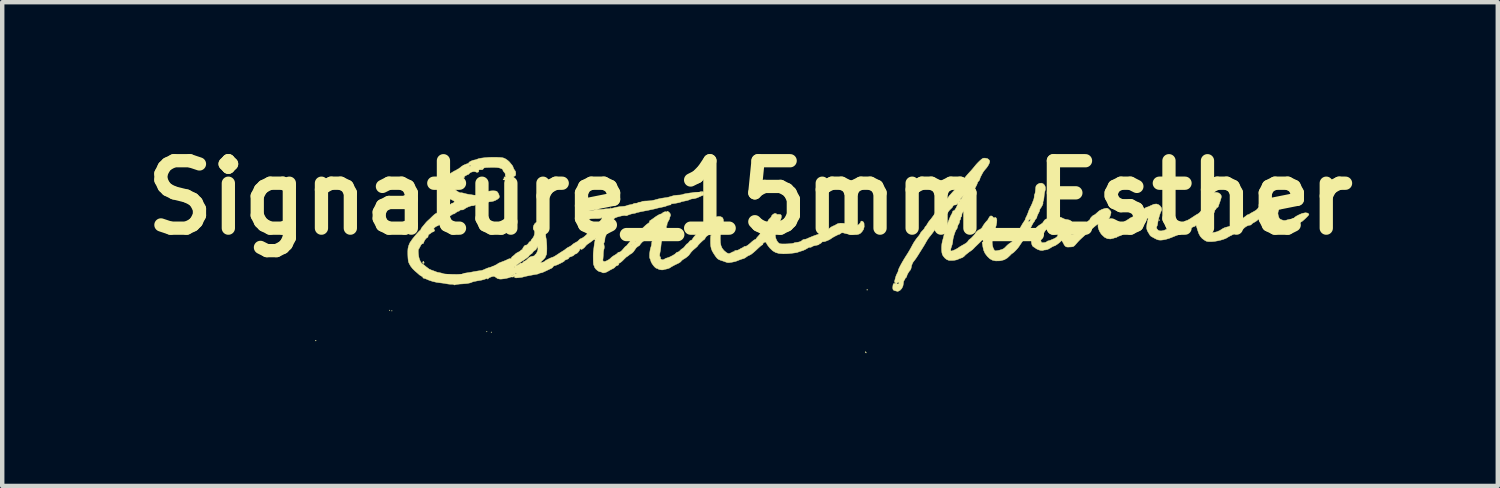
<source format=kicad_pcb>
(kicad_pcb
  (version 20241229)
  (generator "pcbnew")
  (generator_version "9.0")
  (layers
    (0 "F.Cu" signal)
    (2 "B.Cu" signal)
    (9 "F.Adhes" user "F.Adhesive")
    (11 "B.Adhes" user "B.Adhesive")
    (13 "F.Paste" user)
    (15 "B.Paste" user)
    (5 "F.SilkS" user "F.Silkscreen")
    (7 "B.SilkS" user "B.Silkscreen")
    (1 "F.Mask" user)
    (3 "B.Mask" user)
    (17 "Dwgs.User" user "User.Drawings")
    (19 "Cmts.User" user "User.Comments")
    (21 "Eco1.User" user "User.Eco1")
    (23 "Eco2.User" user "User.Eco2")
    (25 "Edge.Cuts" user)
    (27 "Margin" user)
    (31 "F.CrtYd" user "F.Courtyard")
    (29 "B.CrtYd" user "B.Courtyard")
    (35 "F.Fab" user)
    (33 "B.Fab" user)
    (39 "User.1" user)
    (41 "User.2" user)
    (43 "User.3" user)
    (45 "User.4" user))
  (footprint "Signature_15mm_Esther"
    (layer "F.Cu")
    (at 13.905 1.418)
    (property "Reference" "Signature_15mm_Esther" (at 0 0 0) (layer "F.SilkS") (effects (font (size 1.524 1.524) (thickness 0.3))))
    (attr through_hole)
    (fp_poly (pts (xy -8.141 2.546) (xy -8.147 2.553) (xy -8.153 2.546) (xy -8.147 2.54) (xy -8.141 2.546)) (stroke (width 0.01) (type solid)) (fill yes) (layer "F.SilkS"))
    (fp_poly (pts (xy -8.09 2.559) (xy -8.096 2.565) (xy -8.103 2.559) (xy -8.096 2.553) (xy -8.09 2.559)) (stroke (width 0.01) (type solid)) (fill yes) (layer "F.SilkS"))
    (fp_poly (pts (xy -5.944 3.029) (xy -5.95 3.035) (xy -5.956 3.029) (xy -5.95 3.023) (xy -5.944 3.029)) (stroke (width 0.01) (type solid)) (fill yes) (layer "F.SilkS"))
    (fp_poly (pts (xy -5.842 3.042) (xy -5.848 3.048) (xy -5.855 3.042) (xy -5.848 3.035) (xy -5.842 3.042)) (stroke (width 0.01) (type solid)) (fill yes) (layer "F.SilkS"))
    (fp_poly (pts (xy -3.696 0.451) (xy -3.702 0.457) (xy -3.708 0.451) (xy -3.702 0.445) (xy -3.696 0.451)) (stroke (width 0.01) (type solid)) (fill yes) (layer "F.SilkS"))
    (fp_poly (pts (xy -3.15 0.235) (xy -3.156 0.241) (xy -3.162 0.235) (xy -3.156 0.229) (xy -3.15 0.235)) (stroke (width 0.01) (type solid)) (fill yes) (layer "F.SilkS"))
    (fp_poly (pts (xy -9.809 3.23) (xy -9.81 3.238) (xy -9.817 3.239) (xy -9.828 3.234) (xy -9.826 3.23) (xy -9.81 3.229) (xy -9.809 3.23)) (stroke (width 0.01) (type solid)) (fill yes) (layer "F.SilkS"))
    (fp_poly (pts (xy 2.65 2.074) (xy 2.652 2.089) (xy 2.65 2.091) (xy 2.643 2.09) (xy 2.642 2.083) (xy 2.646 2.072) (xy 2.65 2.074)) (stroke (width 0.01) (type solid)) (fill yes) (layer "F.SilkS"))
    (fp_poly (pts (xy 9.254 0.5) (xy 9.256 0.515) (xy 9.254 0.516) (xy 9.247 0.515) (xy 9.246 0.508) (xy 9.25 0.498) (xy 9.254 0.5)) (stroke (width 0.01) (type solid)) (fill yes) (layer "F.SilkS"))
    (fp_poly (pts (xy 2.616 3.487) (xy 2.618 3.489) (xy 2.628 3.506) (xy 2.626 3.512) (xy 2.617 3.508) (xy 2.611 3.496) (xy 2.607 3.481) (xy 2.616 3.487)) (stroke (width 0.01) (type solid)) (fill yes) (layer "F.SilkS"))
    (fp_poly (pts (xy -0.972 -0.119) (xy -0.955 -0.106) (xy -0.953 -0.1) (xy -0.961 -0.09) (xy -0.978 -0.094) (xy -0.982 -0.097) (xy -0.991 -0.114) (xy -0.98 -0.121) (xy -0.972 -0.119)) (stroke (width 0.01) (type solid)) (fill yes) (layer "F.SilkS"))
    (fp_poly (pts (xy -7.386 1.438) (xy -7.377 1.451) (xy -7.368 1.468) (xy -7.366 1.476) (xy -7.376 1.485) (xy -7.386 1.486) (xy -7.401 1.478) (xy -7.399 1.466) (xy -7.392 1.444) (xy -7.391 1.437) (xy -7.386 1.438)) (stroke (width 0.01) (type solid)) (fill yes) (layer "F.SilkS"))
    (fp_poly (pts (xy 5.321 -0.892) (xy 5.366 -0.883) (xy 5.395 -0.863) (xy 5.402 -0.855) (xy 5.416 -0.834) (xy 5.419 -0.816) (xy 5.412 -0.789) (xy 5.404 -0.767) (xy 5.382 -0.725) (xy 5.351 -0.679) (xy 5.332 -0.657) (xy 5.299 -0.618) (xy 5.27 -0.578) (xy 5.259 -0.559) (xy 5.237 -0.518) (xy 5.216 -0.478) (xy 5.215 -0.476) (xy 5.201 -0.444) (xy 5.194 -0.419) (xy 5.194 -0.418) (xy 5.186 -0.395) (xy 5.169 -0.375) (xy 5.15 -0.353) (xy 5.143 -0.338) (xy 5.137 -0.317) (xy 5.122 -0.282) (xy 5.101 -0.241) (xy 5.078 -0.201) (xy 5.059 -0.17) (xy 5.049 -0.158) (xy 5.033 -0.131) (xy 5.029 -0.113) (xy 5.021 -0.089) (xy 5.01 -0.081) (xy 4.995 -0.064) (xy 4.991 -0.046) (xy 4.984 -0.017) (xy 4.967 0.017) (xy 4.966 0.019) (xy 4.948 0.053) (xy 4.94 0.084) (xy 4.94 0.086) (xy 4.936 0.108) (xy 4.928 0.114) (xy 4.916 0.125) (xy 4.915 0.133) (xy 4.908 0.15) (xy 4.902 0.152) (xy 4.892 0.163) (xy 4.889 0.178) (xy 4.884 0.198) (xy 4.877 0.203) (xy 4.867 0.214) (xy 4.864 0.235) (xy 4.86 0.259) (xy 4.851 0.267) (xy 4.84 0.277) (xy 4.839 0.284) (xy 4.83 0.305) (xy 4.813 0.324) (xy 4.793 0.358) (xy 4.788 0.389) (xy 4.785 0.418) (xy 4.776 0.432) (xy 4.775 0.432) (xy 4.766 0.443) (xy 4.763 0.463) (xy 4.758 0.49) (xy 4.75 0.502) (xy 4.74 0.519) (xy 4.737 0.541) (xy 4.73 0.574) (xy 4.719 0.592) (xy 4.704 0.616) (xy 4.692 0.652) (xy 4.691 0.658) (xy 4.683 0.691) (xy 4.672 0.711) (xy 4.67 0.713) (xy 4.656 0.732) (xy 4.639 0.769) (xy 4.621 0.818) (xy 4.605 0.871) (xy 4.592 0.922) (xy 4.585 0.964) (xy 4.585 0.977) (xy 4.58 1.015) (xy 4.569 1.063) (xy 4.559 1.092) (xy 4.541 1.149) (xy 4.535 1.185) (xy 4.541 1.203) (xy 4.551 1.206) (xy 4.579 1.2) (xy 4.619 1.184) (xy 4.663 1.162) (xy 4.703 1.139) (xy 4.718 1.127) (xy 4.75 1.106) (xy 4.793 1.081) (xy 4.831 1.06) (xy 4.884 1.029) (xy 4.919 0.997) (xy 4.927 0.985) (xy 4.947 0.957) (xy 4.966 0.941) (xy 4.967 0.941) (xy 4.984 0.928) (xy 5.011 0.904) (xy 5.04 0.873) (xy 5.068 0.843) (xy 5.087 0.818) (xy 5.093 0.807) (xy 5.102 0.791) (xy 5.124 0.767) (xy 5.151 0.743) (xy 5.175 0.727) (xy 5.185 0.724) (xy 5.204 0.715) (xy 5.229 0.695) (xy 5.25 0.672) (xy 5.258 0.656) (xy 5.265 0.641) (xy 5.283 0.614) (xy 5.306 0.582) (xy 5.331 0.551) (xy 5.35 0.529) (xy 5.36 0.521) (xy 5.37 0.51) (xy 5.385 0.484) (xy 5.392 0.47) (xy 5.418 0.428) (xy 5.445 0.411) (xy 5.473 0.419) (xy 5.494 0.44) (xy 5.513 0.459) (xy 5.523 0.463) (xy 5.524 0.46) (xy 5.532 0.446) (xy 5.55 0.448) (xy 5.569 0.465) (xy 5.57 0.467) (xy 5.58 0.504) (xy 5.577 0.56) (xy 5.564 0.631) (xy 5.539 0.716) (xy 5.518 0.775) (xy 5.504 0.825) (xy 5.497 0.879) (xy 5.497 0.892) (xy 5.495 0.927) (xy 5.49 0.945) (xy 5.486 0.946) (xy 5.479 0.953) (xy 5.475 0.981) (xy 5.474 1.016) (xy 5.479 1.073) (xy 5.493 1.128) (xy 5.513 1.173) (xy 5.537 1.2) (xy 5.538 1.2) (xy 5.556 1.202) (xy 5.591 1.197) (xy 5.637 1.188) (xy 5.641 1.187) (xy 5.693 1.172) (xy 5.729 1.156) (xy 5.76 1.132) (xy 5.782 1.109) (xy 5.816 1.075) (xy 5.849 1.047) (xy 5.867 1.035) (xy 5.91 1.006) (xy 5.945 0.972) (xy 5.965 0.939) (xy 5.969 0.923) (xy 5.976 0.9) (xy 5.995 0.863) (xy 6.021 0.82) (xy 6.029 0.808) (xy 6.064 0.755) (xy 6.099 0.699) (xy 6.126 0.651) (xy 6.128 0.648) (xy 6.153 0.604) (xy 6.179 0.562) (xy 6.194 0.542) (xy 6.287 0.542) (xy 6.297 0.546) (xy 6.314 0.538) (xy 6.322 0.531) (xy 6.336 0.507) (xy 6.337 0.497) (xy 6.334 0.487) (xy 6.319 0.495) (xy 6.312 0.502) (xy 6.291 0.525) (xy 6.287 0.542) (xy 6.194 0.542) (xy 6.194 0.541) (xy 6.214 0.512) (xy 6.223 0.489) (xy 6.223 0.487) (xy 6.23 0.463) (xy 6.242 0.44) (xy 6.256 0.412) (xy 6.274 0.371) (xy 6.286 0.338) (xy 6.304 0.289) (xy 6.325 0.242) (xy 6.337 0.218) (xy 6.363 0.166) (xy 6.386 0.112) (xy 6.394 0.089) (xy 6.4 0.074) (xy 6.411 0.047) (xy 6.422 0.007) (xy 6.426 -0.03) (xy 6.429 -0.062) (xy 6.437 -0.083) (xy 6.438 -0.083) (xy 6.444 -0.101) (xy 6.45 -0.137) (xy 6.454 -0.182) (xy 6.458 -0.229) (xy 6.465 -0.26) (xy 6.478 -0.281) (xy 6.497 -0.299) (xy 6.543 -0.324) (xy 6.588 -0.328) (xy 6.627 -0.313) (xy 6.658 -0.282) (xy 6.676 -0.239) (xy 6.677 -0.186) (xy 6.666 -0.144) (xy 6.658 -0.112) (xy 6.651 -0.065) (xy 6.648 -0.029) (xy 6.643 0.018) (xy 6.636 0.057) (xy 6.629 0.076) (xy 6.621 0.101) (xy 6.623 0.114) (xy 6.623 0.135) (xy 6.61 0.169) (xy 6.587 0.211) (xy 6.57 0.236) (xy 6.553 0.263) (xy 6.547 0.28) (xy 6.548 0.282) (xy 6.546 0.296) (xy 6.534 0.325) (xy 6.517 0.357) (xy 6.498 0.396) (xy 6.487 0.426) (xy 6.485 0.439) (xy 6.481 0.457) (xy 6.465 0.476) (xy 6.445 0.499) (xy 6.439 0.515) (xy 6.43 0.535) (xy 6.421 0.545) (xy 6.407 0.563) (xy 6.388 0.596) (xy 6.366 0.637) (xy 6.346 0.679) (xy 6.33 0.714) (xy 6.325 0.734) (xy 6.325 0.734) (xy 6.316 0.762) (xy 6.296 0.799) (xy 6.267 0.837) (xy 6.249 0.857) (xy 6.225 0.882) (xy 6.211 0.9) (xy 6.21 0.903) (xy 6.204 0.918) (xy 6.186 0.947) (xy 6.161 0.985) (xy 6.156 0.991) (xy 6.126 1.035) (xy 6.099 1.076) (xy 6.08 1.104) (xy 6.08 1.105) (xy 6.059 1.133) (xy 6.03 1.167) (xy 5.997 1.202) (xy 5.966 1.232) (xy 5.942 1.252) (xy 5.932 1.257) (xy 5.918 1.266) (xy 5.894 1.288) (xy 5.884 1.3) (xy 5.817 1.363) (xy 5.747 1.404) (xy 5.666 1.425) (xy 5.642 1.428) (xy 5.555 1.43) (xy 5.483 1.415) (xy 5.421 1.381) (xy 5.362 1.325) (xy 5.362 1.324) (xy 5.313 1.259) (xy 5.282 1.191) (xy 5.264 1.112) (xy 5.263 1.105) (xy 5.257 1.064) (xy 5.251 1.031) (xy 5.249 1.024) (xy 5.248 1.008) (xy 5.256 1.009) (xy 5.267 1.005) (xy 5.27 0.978) (xy 5.271 0.977) (xy 5.271 0.936) (xy 5.195 1.011) (xy 5.158 1.047) (xy 5.126 1.078) (xy 5.106 1.097) (xy 5.103 1.1) (xy 5.081 1.121) (xy 5.066 1.138) (xy 5.029 1.175) (xy 4.977 1.213) (xy 4.959 1.224) (xy 4.873 1.292) (xy 4.836 1.33) (xy 4.804 1.353) (xy 4.77 1.366) (xy 4.733 1.378) (xy 4.705 1.392) (xy 4.673 1.405) (xy 4.624 1.415) (xy 4.57 1.42) (xy 4.518 1.42) (xy 4.492 1.417) (xy 4.447 1.399) (xy 4.402 1.363) (xy 4.365 1.317) (xy 4.349 1.289) (xy 4.337 1.243) (xy 4.331 1.181) (xy 4.331 1.113) (xy 4.337 1.045) (xy 4.348 0.991) (xy 4.362 0.938) (xy 4.378 0.877) (xy 4.387 0.838) (xy 4.401 0.783) (xy 4.421 0.717) (xy 4.445 0.645) (xy 4.471 0.573) (xy 4.497 0.504) (xy 4.521 0.445) (xy 4.542 0.401) (xy 4.555 0.379) (xy 4.568 0.354) (xy 4.577 0.327) (xy 4.586 0.303) (xy 4.595 0.297) (xy 4.609 0.298) (xy 4.625 0.284) (xy 4.647 0.251) (xy 4.665 0.219) (xy 4.683 0.179) (xy 4.694 0.146) (xy 4.695 0.13) (xy 4.689 0.117) (xy 4.683 0.127) (xy 4.68 0.137) (xy 4.665 0.159) (xy 4.65 0.164) (xy 4.618 0.167) (xy 4.593 0.18) (xy 4.585 0.197) (xy 4.576 0.215) (xy 4.553 0.24) (xy 4.541 0.251) (xy 4.511 0.281) (xy 4.488 0.309) (xy 4.484 0.316) (xy 4.469 0.339) (xy 4.444 0.375) (xy 4.412 0.418) (xy 4.377 0.464) (xy 4.342 0.508) (xy 4.312 0.546) (xy 4.29 0.572) (xy 4.279 0.582) (xy 4.268 0.597) (xy 4.267 0.604) (xy 4.258 0.616) (xy 4.251 0.615) (xy 4.235 0.622) (xy 4.22 0.649) (xy 4.219 0.653) (xy 4.2 0.691) (xy 4.167 0.742) (xy 4.123 0.803) (xy 4.072 0.868) (xy 4.054 0.889) (xy 4.027 0.926) (xy 3.997 0.973) (xy 3.98 1.003) (xy 3.952 1.053) (xy 3.918 1.109) (xy 3.893 1.149) (xy 3.859 1.203) (xy 3.822 1.262) (xy 3.799 1.3) (xy 3.772 1.341) (xy 3.749 1.376) (xy 3.734 1.396) (xy 3.683 1.463) (xy 3.655 1.526) (xy 3.648 1.561) (xy 3.64 1.6) (xy 3.628 1.63) (xy 3.623 1.637) (xy 3.598 1.667) (xy 3.573 1.706) (xy 3.553 1.744) (xy 3.544 1.773) (xy 3.543 1.776) (xy 3.535 1.8) (xy 3.524 1.808) (xy 3.507 1.824) (xy 3.505 1.833) (xy 3.496 1.856) (xy 3.486 1.867) (xy 3.473 1.892) (xy 3.467 1.933) (xy 3.467 1.938) (xy 3.457 1.997) (xy 3.431 2.052) (xy 3.393 2.093) (xy 3.377 2.102) (xy 3.351 2.115) (xy 3.338 2.12) (xy 3.338 2.12) (xy 3.324 2.116) (xy 3.296 2.109) (xy 3.295 2.109) (xy 3.254 2.097) (xy 3.234 2.08) (xy 3.227 2.051) (xy 3.227 2.021) (xy 3.233 1.971) (xy 3.245 1.944) (xy 3.265 1.939) (xy 3.278 1.944) (xy 3.295 1.95) (xy 3.295 1.948) (xy 3.318 1.948) (xy 3.338 1.952) (xy 3.343 1.951) (xy 3.364 1.945) (xy 3.369 1.939) (xy 3.366 1.919) (xy 3.365 1.917) (xy 3.357 1.911) (xy 3.34 1.918) (xy 3.318 1.935) (xy 3.318 1.948) (xy 3.295 1.948) (xy 3.295 1.94) (xy 3.294 1.937) (xy 3.281 1.92) (xy 3.274 1.918) (xy 3.266 1.907) (xy 3.268 1.889) (xy 3.284 1.825) (xy 3.297 1.78) (xy 3.309 1.748) (xy 3.321 1.722) (xy 3.327 1.712) (xy 3.344 1.677) (xy 3.353 1.645) (xy 3.353 1.642) (xy 3.359 1.619) (xy 3.378 1.578) (xy 3.405 1.525) (xy 3.44 1.462) (xy 3.48 1.394) (xy 3.523 1.324) (xy 3.552 1.28) (xy 3.584 1.228) (xy 3.621 1.165) (xy 3.656 1.101) (xy 3.664 1.085) (xy 3.697 1.025) (xy 3.736 0.965) (xy 3.774 0.913) (xy 3.784 0.901) (xy 3.815 0.864) (xy 3.837 0.833) (xy 3.848 0.814) (xy 3.848 0.812) (xy 3.856 0.796) (xy 3.878 0.768) (xy 3.899 0.746) (xy 3.927 0.716) (xy 3.945 0.69) (xy 3.95 0.679) (xy 3.959 0.658) (xy 3.967 0.652) (xy 3.984 0.634) (xy 4.003 0.604) (xy 4.007 0.597) (xy 4.031 0.556) (xy 4.061 0.517) (xy 4.064 0.514) (xy 4.09 0.483) (xy 4.122 0.441) (xy 4.147 0.406) (xy 4.178 0.363) (xy 4.211 0.323) (xy 4.231 0.299) (xy 4.254 0.274) (xy 4.266 0.255) (xy 4.267 0.252) (xy 4.275 0.237) (xy 4.294 0.209) (xy 4.321 0.171) (xy 4.352 0.131) (xy 4.383 0.093) (xy 4.392 0.083) (xy 4.724 0.083) (xy 4.731 0.089) (xy 4.737 0.083) (xy 4.731 0.076) (xy 4.724 0.083) (xy 4.392 0.083) (xy 4.409 0.062) (xy 4.422 0.049) (xy 4.754 0.049) (xy 4.765 0.041) (xy 4.767 0.04) (xy 4.784 0.018) (xy 4.788 0.006) (xy 4.798 -0.013) (xy 4.804 -0.017) (xy 4.813 -0.023) (xy 4.804 -0.024) (xy 4.789 -0.015) (xy 4.77 0.01) (xy 4.767 0.016) (xy 4.754 0.042) (xy 4.754 0.049) (xy 4.422 0.049) (xy 4.423 0.048) (xy 4.446 0.031) (xy 4.46 0.025) (xy 4.47 0.015) (xy 4.47 0.011) (xy 4.479 -0.005) (xy 4.501 -0.035) (xy 4.509 -0.044) (xy 4.813 -0.044) (xy 4.82 -0.038) (xy 4.826 -0.044) (xy 4.82 -0.051) (xy 4.813 -0.044) (xy 4.509 -0.044) (xy 4.533 -0.073) (xy 4.57 -0.115) (xy 4.609 -0.158) (xy 4.646 -0.196) (xy 4.677 -0.225) (xy 4.696 -0.24) (xy 4.7 -0.241) (xy 4.711 -0.252) (xy 4.729 -0.278) (xy 4.745 -0.306) (xy 4.77 -0.344) (xy 4.795 -0.372) (xy 4.81 -0.382) (xy 4.832 -0.398) (xy 4.839 -0.414) (xy 4.843 -0.43) (xy 4.859 -0.454) (xy 4.887 -0.489) (xy 4.929 -0.537) (xy 4.987 -0.601) (xy 4.989 -0.602) (xy 5.025 -0.643) (xy 5.064 -0.69) (xy 5.08 -0.71) (xy 5.113 -0.75) (xy 5.156 -0.796) (xy 5.194 -0.833) (xy 5.231 -0.866) (xy 5.258 -0.885) (xy 5.281 -0.893) (xy 5.308 -0.893) (xy 5.321 -0.892)) (stroke (width 0.01) (type solid)) (fill yes) (layer "F.SilkS"))
    (fp_poly (pts (xy 10.596 -0.105) (xy 10.634 -0.078) (xy 10.653 -0.042) (xy 10.655 -0.027) (xy 10.651 0.002) (xy 10.639 0.044) (xy 10.623 0.093) (xy 10.622 0.095) (xy 10.605 0.142) (xy 10.591 0.181) (xy 10.583 0.205) (xy 10.583 0.206) (xy 10.572 0.221) (xy 10.565 0.221) (xy 10.552 0.226) (xy 10.539 0.247) (xy 10.525 0.271) (xy 10.514 0.279) (xy 10.505 0.29) (xy 10.503 0.304) (xy 10.495 0.331) (xy 10.487 0.342) (xy 10.438 0.382) (xy 10.406 0.41) (xy 10.388 0.432) (xy 10.379 0.451) (xy 10.376 0.473) (xy 10.376 0.48) (xy 10.371 0.516) (xy 10.35 0.546) (xy 10.335 0.56) (xy 10.293 0.595) (xy 10.317 0.634) (xy 10.331 0.665) (xy 10.33 0.684) (xy 10.325 0.693) (xy 10.317 0.709) (xy 10.333 0.714) (xy 10.342 0.712) (xy 10.347 0.718) (xy 10.345 0.722) (xy 10.349 0.738) (xy 10.367 0.759) (xy 10.393 0.778) (xy 10.419 0.788) (xy 10.42 0.789) (xy 10.485 0.788) (xy 10.556 0.771) (xy 10.622 0.742) (xy 10.645 0.727) (xy 10.682 0.703) (xy 10.707 0.69) (xy 10.736 0.69) (xy 10.737 0.698) (xy 10.744 0.699) (xy 10.755 0.694) (xy 10.753 0.69) (xy 10.738 0.689) (xy 10.736 0.69) (xy 10.707 0.69) (xy 10.717 0.685) (xy 10.76 0.67) (xy 10.818 0.655) (xy 10.833 0.651) (xy 10.859 0.639) (xy 10.896 0.616) (xy 10.932 0.589) (xy 10.974 0.559) (xy 11.015 0.534) (xy 11.043 0.522) (xy 11.083 0.505) (xy 11.136 0.471) (xy 11.163 0.451) (xy 11.519 0.451) (xy 11.525 0.457) (xy 11.532 0.451) (xy 11.525 0.445) (xy 11.519 0.451) (xy 11.163 0.451) (xy 11.201 0.422) (xy 11.236 0.394) (xy 11.261 0.382) (xy 11.27 0.381) (xy 11.289 0.375) (xy 11.292 0.371) (xy 11.305 0.361) (xy 11.334 0.344) (xy 11.375 0.322) (xy 11.382 0.318) (xy 11.427 0.292) (xy 11.455 0.271) (xy 11.485 0.271) (xy 11.487 0.278) (xy 11.493 0.279) (xy 11.504 0.275) (xy 11.502 0.271) (xy 11.487 0.269) (xy 11.485 0.271) (xy 11.455 0.271) (xy 11.462 0.266) (xy 11.48 0.245) (xy 11.495 0.224) (xy 11.512 0.216) (xy 11.524 0.22) (xy 11.523 0.238) (xy 11.52 0.251) (xy 11.53 0.246) (xy 11.545 0.233) (xy 11.578 0.208) (xy 11.617 0.184) (xy 11.621 0.182) (xy 11.665 0.156) (xy 11.712 0.125) (xy 11.752 0.096) (xy 11.77 0.08) (xy 11.802 0.062) (xy 11.845 0.056) (xy 11.889 0.06) (xy 11.93 0.073) (xy 11.96 0.093) (xy 11.971 0.119) (xy 11.973 0.147) (xy 11.978 0.189) (xy 11.981 0.21) (xy 11.985 0.246) (xy 11.983 0.259) (xy 11.978 0.254) (xy 11.966 0.242) (xy 11.96 0.252) (xy 11.959 0.254) (xy 11.951 0.279) (xy 11.94 0.313) (xy 11.94 0.314) (xy 11.933 0.352) (xy 11.939 0.396) (xy 11.945 0.418) (xy 11.959 0.457) (xy 11.976 0.48) (xy 12.004 0.496) (xy 12.022 0.503) (xy 12.063 0.516) (xy 12.094 0.517) (xy 12.121 0.51) (xy 12.159 0.499) (xy 12.207 0.49) (xy 12.222 0.487) (xy 12.261 0.478) (xy 12.29 0.465) (xy 12.297 0.459) (xy 12.32 0.439) (xy 12.359 0.414) (xy 12.408 0.389) (xy 12.459 0.366) (xy 12.49 0.355) (xy 12.553 0.342) (xy 12.601 0.348) (xy 12.624 0.362) (xy 12.633 0.373) (xy 12.633 0.385) (xy 12.621 0.402) (xy 12.596 0.429) (xy 12.561 0.464) (xy 12.522 0.5) (xy 12.49 0.528) (xy 12.468 0.544) (xy 12.462 0.546) (xy 12.447 0.556) (xy 12.427 0.579) (xy 12.427 0.58) (xy 12.373 0.64) (xy 12.296 0.691) (xy 12.256 0.71) (xy 12.216 0.725) (xy 12.176 0.734) (xy 12.129 0.739) (xy 12.065 0.74) (xy 12.064 0.74) (xy 11.992 0.738) (xy 11.938 0.73) (xy 11.896 0.714) (xy 11.859 0.686) (xy 11.819 0.645) (xy 11.81 0.634) (xy 11.759 0.565) (xy 11.721 0.499) (xy 11.699 0.439) (xy 11.694 0.409) (xy 11.69 0.379) (xy 11.684 0.362) (xy 11.683 0.361) (xy 11.662 0.36) (xy 11.641 0.372) (xy 11.633 0.387) (xy 11.623 0.403) (xy 11.601 0.417) (xy 11.575 0.434) (xy 11.562 0.451) (xy 11.544 0.467) (xy 11.529 0.47) (xy 11.503 0.479) (xy 11.481 0.499) (xy 11.456 0.522) (xy 11.419 0.546) (xy 11.401 0.556) (xy 11.366 0.576) (xy 11.342 0.596) (xy 11.336 0.604) (xy 11.32 0.618) (xy 11.295 0.622) (xy 11.256 0.631) (xy 11.211 0.654) (xy 11.172 0.684) (xy 11.158 0.701) (xy 11.135 0.721) (xy 11.099 0.741) (xy 11.075 0.75) (xy 11.035 0.766) (xy 11.004 0.782) (xy 10.994 0.79) (xy 10.974 0.803) (xy 10.939 0.823) (xy 10.896 0.844) (xy 10.896 0.845) (xy 10.852 0.866) (xy 10.815 0.886) (xy 10.793 0.9) (xy 10.759 0.92) (xy 10.707 0.94) (xy 10.642 0.96) (xy 10.571 0.976) (xy 10.502 0.988) (xy 10.441 0.994) (xy 10.439 0.994) (xy 10.384 0.994) (xy 10.346 0.992) (xy 10.317 0.985) (xy 10.29 0.971) (xy 10.281 0.966) (xy 10.223 0.924) (xy 10.18 0.876) (xy 10.147 0.816) (xy 10.12 0.74) (xy 10.103 0.684) (xy 10.092 0.648) (xy 10.085 0.629) (xy 10.081 0.623) (xy 10.077 0.626) (xy 10.072 0.633) (xy 10.057 0.648) (xy 10.051 0.65) (xy 10.026 0.657) (xy 9.99 0.674) (xy 9.963 0.689) (xy 9.937 0.705) (xy 9.9 0.727) (xy 9.887 0.735) (xy 9.848 0.76) (xy 9.811 0.783) (xy 9.803 0.789) (xy 9.773 0.805) (xy 9.729 0.823) (xy 9.694 0.836) (xy 9.642 0.854) (xy 9.581 0.878) (xy 9.528 0.9) (xy 9.467 0.923) (xy 9.398 0.943) (xy 9.344 0.954) (xy 9.289 0.96) (xy 9.244 0.958) (xy 9.202 0.947) (xy 9.153 0.923) (xy 9.115 0.902) (xy 9.085 0.885) (xy 9.072 0.879) (xy 9.048 0.859) (xy 9.037 0.844) (xy 9.022 0.817) (xy 9 0.782) (xy 8.995 0.774) (xy 8.976 0.734) (xy 8.966 0.692) (xy 8.966 0.685) (xy 8.968 0.643) (xy 8.974 0.591) (xy 8.984 0.54) (xy 8.994 0.501) (xy 8.997 0.493) (xy 9 0.471) (xy 8.988 0.462) (xy 8.967 0.469) (xy 8.944 0.488) (xy 8.923 0.51) (xy 8.909 0.517) (xy 8.907 0.516) (xy 8.894 0.52) (xy 8.867 0.535) (xy 8.835 0.557) (xy 8.789 0.589) (xy 8.741 0.619) (xy 8.694 0.646) (xy 8.655 0.666) (xy 8.629 0.677) (xy 8.62 0.678) (xy 8.611 0.683) (xy 8.605 0.697) (xy 8.59 0.717) (xy 8.559 0.742) (xy 8.525 0.764) (xy 8.484 0.789) (xy 8.449 0.812) (xy 8.431 0.827) (xy 8.404 0.845) (xy 8.367 0.861) (xy 8.358 0.863) (xy 8.324 0.875) (xy 8.302 0.886) (xy 8.299 0.889) (xy 8.281 0.901) (xy 8.274 0.902) (xy 8.25 0.906) (xy 8.221 0.916) (xy 8.148 0.934) (xy 8.079 0.927) (xy 8.015 0.896) (xy 7.954 0.839) (xy 7.938 0.82) (xy 7.906 0.77) (xy 7.882 0.716) (xy 7.868 0.666) (xy 7.867 0.625) (xy 7.869 0.617) (xy 7.872 0.6) (xy 7.858 0.601) (xy 7.83 0.62) (xy 7.784 0.657) (xy 7.764 0.675) (xy 7.712 0.721) (xy 7.653 0.775) (xy 7.596 0.826) (xy 7.583 0.837) (xy 7.525 0.889) (xy 7.481 0.929) (xy 7.448 0.961) (xy 7.42 0.99) (xy 7.394 1.019) (xy 7.37 1.047) (xy 7.34 1.081) (xy 7.317 1.1) (xy 7.291 1.11) (xy 7.252 1.114) (xy 7.233 1.115) (xy 7.185 1.117) (xy 7.156 1.114) (xy 7.136 1.105) (xy 7.124 1.094) (xy 7.106 1.073) (xy 7.099 1.062) (xy 7.093 1.048) (xy 7.079 1.021) (xy 7.072 1.009) (xy 7.053 0.981) (xy 7.041 0.972) (xy 7.03 0.981) (xy 7.03 0.981) (xy 7.009 1.004) (xy 6.976 1.031) (xy 6.939 1.058) (xy 6.905 1.08) (xy 6.881 1.091) (xy 6.876 1.092) (xy 6.856 1.099) (xy 6.823 1.116) (xy 6.791 1.137) (xy 6.732 1.169) (xy 6.683 1.181) (xy 6.68 1.181) (xy 6.646 1.184) (xy 6.624 1.191) (xy 6.622 1.192) (xy 6.604 1.195) (xy 6.569 1.191) (xy 6.549 1.187) (xy 6.506 1.172) (xy 6.47 1.154) (xy 6.46 1.146) (xy 6.432 1.125) (xy 6.41 1.113) (xy 6.385 1.092) (xy 6.369 1.052) (xy 6.36 0.999) (xy 6.359 0.937) (xy 6.57 0.937) (xy 6.577 0.987) (xy 6.578 0.989) (xy 6.59 1.011) (xy 6.608 1.019) (xy 6.642 1.018) (xy 6.678 1.011) (xy 6.704 0.999) (xy 6.707 0.996) (xy 6.728 0.98) (xy 6.738 0.978) (xy 6.76 0.973) (xy 6.794 0.961) (xy 6.804 0.957) (xy 6.843 0.94) (xy 6.879 0.925) (xy 6.883 0.923) (xy 6.922 0.9) (xy 6.95 0.871) (xy 6.96 0.846) (xy 6.969 0.826) (xy 6.991 0.803) (xy 6.991 0.802) (xy 7.014 0.781) (xy 7.023 0.765) (xy 7.023 0.765) (xy 7.034 0.752) (xy 7.048 0.746) (xy 7.069 0.73) (xy 7.072 0.704) (xy 7.057 0.675) (xy 7.052 0.669) (xy 7.004 0.625) (xy 6.97 0.595) (xy 6.947 0.579) (xy 6.929 0.573) (xy 6.912 0.577) (xy 6.892 0.587) (xy 6.885 0.59) (xy 6.847 0.61) (xy 6.815 0.622) (xy 6.788 0.638) (xy 6.773 0.657) (xy 6.759 0.677) (xy 6.732 0.701) (xy 6.717 0.711) (xy 6.688 0.731) (xy 6.67 0.748) (xy 6.668 0.753) (xy 6.66 0.768) (xy 6.642 0.796) (xy 6.624 0.821) (xy 6.585 0.883) (xy 6.57 0.937) (xy 6.359 0.937) (xy 6.359 0.937) (xy 6.368 0.873) (xy 6.385 0.812) (xy 6.393 0.794) (xy 6.429 0.733) (xy 6.476 0.675) (xy 6.529 0.629) (xy 6.575 0.601) (xy 6.614 0.573) (xy 6.636 0.54) (xy 6.657 0.509) (xy 6.681 0.49) (xy 6.685 0.488) (xy 6.714 0.478) (xy 6.752 0.463) (xy 6.763 0.458) (xy 6.85 0.432) (xy 6.939 0.428) (xy 7.026 0.445) (xy 7.093 0.477) (xy 7.121 0.488) (xy 7.162 0.496) (xy 7.175 0.497) (xy 7.227 0.509) (xy 7.267 0.535) (xy 7.288 0.57) (xy 7.291 0.586) (xy 7.29 0.625) (xy 7.287 0.671) (xy 7.282 0.719) (xy 7.276 0.761) (xy 7.269 0.792) (xy 7.264 0.805) (xy 7.263 0.805) (xy 7.253 0.809) (xy 7.252 0.818) (xy 7.259 0.84) (xy 7.282 0.843) (xy 7.317 0.829) (xy 7.363 0.8) (xy 7.418 0.755) (xy 7.482 0.696) (xy 7.552 0.625) (xy 7.608 0.562) (xy 7.635 0.536) (xy 7.659 0.518) (xy 7.662 0.517) (xy 7.68 0.501) (xy 7.684 0.491) (xy 7.692 0.47) (xy 7.714 0.443) (xy 7.741 0.416) (xy 7.765 0.397) (xy 7.776 0.394) (xy 7.794 0.385) (xy 7.821 0.363) (xy 7.837 0.348) (xy 7.894 0.298) (xy 7.957 0.265) (xy 8.018 0.246) (xy 8.055 0.239) (xy 8.079 0.24) (xy 8.101 0.253) (xy 8.123 0.274) (xy 8.15 0.303) (xy 8.161 0.326) (xy 8.159 0.351) (xy 8.142 0.412) (xy 8.121 0.462) (xy 8.106 0.485) (xy 8.095 0.509) (xy 8.085 0.548) (xy 8.081 0.581) (xy 8.078 0.624) (xy 8.08 0.649) (xy 8.09 0.666) (xy 8.111 0.683) (xy 8.113 0.684) (xy 8.149 0.704) (xy 8.182 0.709) (xy 8.219 0.696) (xy 8.267 0.666) (xy 8.273 0.661) (xy 8.316 0.631) (xy 8.372 0.596) (xy 8.43 0.562) (xy 8.447 0.552) (xy 8.495 0.525) (xy 8.537 0.5) (xy 8.565 0.482) (xy 8.572 0.476) (xy 8.595 0.461) (xy 8.631 0.443) (xy 8.651 0.434) (xy 8.688 0.414) (xy 8.717 0.392) (xy 8.724 0.382) (xy 8.745 0.361) (xy 8.762 0.356) (xy 8.79 0.346) (xy 8.801 0.337) (xy 8.821 0.32) (xy 8.832 0.318) (xy 8.848 0.309) (xy 8.875 0.287) (xy 8.896 0.267) (xy 8.928 0.238) (xy 8.956 0.22) (xy 8.969 0.216) (xy 8.992 0.21) (xy 9.028 0.195) (xy 9.065 0.177) (xy 9.131 0.149) (xy 9.187 0.143) (xy 9.235 0.159) (xy 9.272 0.189) (xy 9.302 0.233) (xy 9.307 0.276) (xy 9.29 0.314) (xy 9.278 0.339) (xy 9.263 0.382) (xy 9.247 0.436) (xy 9.233 0.494) (xy 9.22 0.549) (xy 9.213 0.594) (xy 9.213 0.595) (xy 9.206 0.63) (xy 9.195 0.654) (xy 9.194 0.655) (xy 9.188 0.68) (xy 9.202 0.711) (xy 9.227 0.737) (xy 9.261 0.751) (xy 9.308 0.751) (xy 9.362 0.739) (xy 9.413 0.716) (xy 9.423 0.71) (xy 9.462 0.687) (xy 9.498 0.67) (xy 9.512 0.666) (xy 9.548 0.657) (xy 9.583 0.647) (xy 9.619 0.638) (xy 9.648 0.635) (xy 9.676 0.627) (xy 9.706 0.61) (xy 9.732 0.592) (xy 9.75 0.584) (xy 9.75 0.584) (xy 9.767 0.577) (xy 9.794 0.56) (xy 9.804 0.552) (xy 9.835 0.532) (xy 9.86 0.521) (xy 9.865 0.521) (xy 9.885 0.514) (xy 9.923 0.494) (xy 9.973 0.463) (xy 10.034 0.423) (xy 10.058 0.407) (xy 10.093 0.385) (xy 10.131 0.364) (xy 10.131 0.364) (xy 10.158 0.343) (xy 10.188 0.31) (xy 10.217 0.271) (xy 10.24 0.233) (xy 10.254 0.201) (xy 10.254 0.186) (xy 10.254 0.175) (xy 10.26 0.157) (xy 10.274 0.129) (xy 10.298 0.088) (xy 10.334 0.033) (xy 10.374 -0.028) (xy 10.403 -0.07) (xy 10.425 -0.096) (xy 10.446 -0.11) (xy 10.471 -0.117) (xy 10.485 -0.119) (xy 10.545 -0.119) (xy 10.596 -0.105)) (stroke (width 0.01) (type solid)) (fill yes) (layer "F.SilkS"))
    (fp_poly (pts (xy -5.729 -0.912) (xy -5.662 -0.909) (xy -5.615 -0.905) (xy -5.581 -0.899) (xy -5.553 -0.889) (xy -5.526 -0.875) (xy -5.522 -0.873) (xy -5.48 -0.844) (xy -5.443 -0.811) (xy -5.431 -0.797) (xy -5.405 -0.765) (xy -5.382 -0.737) (xy -5.379 -0.733) (xy -5.364 -0.712) (xy -5.359 -0.7) (xy -5.353 -0.68) (xy -5.339 -0.649) (xy -5.322 -0.62) (xy -5.308 -0.603) (xy -5.308 -0.603) (xy -5.3 -0.586) (xy -5.296 -0.555) (xy -5.296 -0.546) (xy -5.299 -0.511) (xy -5.312 -0.493) (xy -5.321 -0.489) (xy -5.342 -0.475) (xy -5.347 -0.463) (xy -5.358 -0.45) (xy -5.388 -0.435) (xy -5.429 -0.42) (xy -5.474 -0.408) (xy -5.518 -0.4) (xy -5.552 -0.398) (xy -5.559 -0.4) (xy -5.582 -0.407) (xy -5.582 -0.414) (xy -5.572 -0.42) (xy -5.557 -0.44) (xy -5.559 -0.453) (xy -5.56 -0.468) (xy -5.544 -0.468) (xy -5.539 -0.467) (xy -5.52 -0.464) (xy -5.521 -0.472) (xy -5.525 -0.477) (xy -5.534 -0.503) (xy -5.532 -0.517) (xy -5.535 -0.545) (xy -5.554 -0.572) (xy -5.577 -0.599) (xy -5.586 -0.618) (xy -5.588 -0.633) (xy -5.599 -0.644) (xy -5.626 -0.658) (xy -5.643 -0.665) (xy -5.676 -0.675) (xy -5.715 -0.681) (xy -5.768 -0.684) (xy -5.838 -0.684) (xy -5.858 -0.684) (xy -5.924 -0.682) (xy -5.969 -0.68) (xy -5.998 -0.676) (xy -6.015 -0.67) (xy -6.024 -0.661) (xy -6.027 -0.655) (xy -6.042 -0.637) (xy -6.069 -0.631) (xy -6.087 -0.631) (xy -6.118 -0.631) (xy -6.131 -0.623) (xy -6.132 -0.605) (xy -6.135 -0.583) (xy -6.158 -0.574) (xy -6.186 -0.575) (xy -6.2 -0.582) (xy -6.224 -0.59) (xy -6.26 -0.588) (xy -6.299 -0.577) (xy -6.331 -0.56) (xy -6.341 -0.551) (xy -6.36 -0.53) (xy -6.373 -0.523) (xy -6.388 -0.519) (xy -6.416 -0.504) (xy -6.43 -0.496) (xy -6.459 -0.476) (xy -6.468 -0.462) (xy -6.462 -0.454) (xy -6.453 -0.446) (xy -6.466 -0.449) (xy -6.49 -0.445) (xy -6.51 -0.43) (xy -6.54 -0.412) (xy -6.565 -0.412) (xy -6.585 -0.415) (xy -6.582 -0.41) (xy -6.58 -0.408) (xy -6.571 -0.398) (xy -6.586 -0.393) (xy -6.592 -0.392) (xy -6.621 -0.377) (xy -6.636 -0.359) (xy -6.651 -0.339) (xy -6.664 -0.336) (xy -6.682 -0.331) (xy -6.702 -0.308) (xy -6.719 -0.276) (xy -6.728 -0.244) (xy -6.725 -0.217) (xy -6.714 -0.2) (xy -6.699 -0.198) (xy -6.691 -0.206) (xy -6.682 -0.208) (xy -6.675 -0.194) (xy -6.661 -0.176) (xy -6.634 -0.155) (xy -6.601 -0.133) (xy -6.569 -0.116) (xy -6.545 -0.108) (xy -6.537 -0.11) (xy -6.521 -0.11) (xy -6.49 -0.105) (xy -6.462 -0.097) (xy -6.411 -0.084) (xy -6.361 -0.074) (xy -6.34 -0.071) (xy -6.291 -0.064) (xy -6.241 -0.056) (xy -6.235 -0.055) (xy -6.191 -0.054) (xy -6.163 -0.066) (xy -6.162 -0.066) (xy -6.14 -0.078) (xy -6.103 -0.091) (xy -6.062 -0.103) (xy -6.023 -0.11) (xy -5.995 -0.113) (xy -5.986 -0.11) (xy -5.973 -0.112) (xy -5.963 -0.122) (xy -5.941 -0.136) (xy -5.901 -0.146) (xy -5.851 -0.153) (xy -5.8 -0.155) (xy -5.755 -0.151) (xy -5.725 -0.142) (xy -5.721 -0.139) (xy -5.697 -0.109) (xy -5.677 -0.068) (xy -5.666 -0.028) (xy -5.666 -0.011) (xy -5.681 0.012) (xy -5.712 0.037) (xy -5.755 0.061) (xy -5.801 0.079) (xy -5.844 0.088) (xy -5.853 0.089) (xy -5.896 0.094) (xy -5.935 0.107) (xy -5.966 0.117) (xy -6.014 0.128) (xy -6.069 0.137) (xy -6.089 0.14) (xy -6.142 0.148) (xy -6.189 0.158) (xy -6.22 0.168) (xy -6.227 0.171) (xy -6.253 0.182) (xy -6.269 0.182) (xy -6.292 0.183) (xy -6.329 0.193) (xy -6.372 0.209) (xy -6.414 0.229) (xy -6.446 0.249) (xy -6.456 0.257) (xy -6.491 0.276) (xy -6.516 0.277) (xy -6.547 0.278) (xy -6.559 0.288) (xy -6.575 0.303) (xy -6.586 0.305) (xy -6.607 0.312) (xy -6.639 0.331) (xy -6.659 0.346) (xy -6.685 0.365) (xy -6.699 0.372) (xy -6.699 0.368) (xy -6.701 0.363) (xy -6.718 0.372) (xy -6.732 0.381) (xy -6.769 0.406) (xy -6.804 0.426) (xy -6.81 0.429) (xy -6.835 0.445) (xy -6.845 0.461) (xy -6.856 0.475) (xy -6.884 0.495) (xy -6.924 0.517) (xy -6.929 0.519) (xy -6.978 0.545) (xy -7.007 0.569) (xy -7.023 0.593) (xy -7.025 0.597) (xy -7.04 0.624) (xy -7.057 0.635) (xy -7.057 0.635) (xy -7.082 0.643) (xy -7.112 0.661) (xy -7.138 0.683) (xy -7.15 0.703) (xy -7.15 0.705) (xy -7.14 0.724) (xy -7.134 0.727) (xy -7.128 0.738) (xy -7.136 0.755) (xy -7.154 0.77) (xy -7.171 0.775) (xy -7.192 0.783) (xy -7.211 0.798) (xy -7.238 0.819) (xy -7.256 0.829) (xy -7.273 0.847) (xy -7.277 0.87) (xy -7.284 0.895) (xy -7.296 0.902) (xy -7.313 0.912) (xy -7.336 0.937) (xy -7.358 0.97) (xy -7.374 1.002) (xy -7.379 1.022) (xy -7.389 1.038) (xy -7.401 1.041) (xy -7.414 1.043) (xy -7.426 1.053) (xy -7.441 1.074) (xy -7.461 1.112) (xy -7.467 1.125) (xy -7.483 1.152) (xy -7.494 1.168) (xy -7.495 1.168) (xy -7.499 1.185) (xy -7.5 1.22) (xy -7.497 1.269) (xy -7.49 1.324) (xy -7.486 1.346) (xy -7.475 1.386) (xy -7.458 1.428) (xy -7.438 1.465) (xy -7.418 1.491) (xy -7.405 1.499) (xy -7.391 1.507) (xy -7.363 1.528) (xy -7.329 1.558) (xy -7.325 1.561) (xy -7.253 1.615) (xy -7.192 1.642) (xy -7.15 1.656) (xy -7.114 1.67) (xy -7.101 1.675) (xy -7.072 1.686) (xy -7.032 1.694) (xy -7.022 1.696) (xy -6.982 1.704) (xy -6.948 1.714) (xy -6.942 1.717) (xy -6.919 1.723) (xy -6.876 1.728) (xy -6.821 1.733) (xy -6.757 1.736) (xy -6.691 1.737) (xy -6.628 1.738) (xy -6.573 1.736) (xy -6.532 1.733) (xy -6.511 1.729) (xy -6.51 1.728) (xy -6.489 1.719) (xy -6.472 1.714) (xy -5.309 1.714) (xy -5.299 1.727) (xy -5.296 1.727) (xy -5.284 1.718) (xy -5.283 1.714) (xy -5.293 1.702) (xy -5.296 1.702) (xy -5.308 1.711) (xy -5.309 1.714) (xy -6.472 1.714) (xy -6.451 1.709) (xy -6.412 1.702) (xy -6.357 1.694) (xy -6.292 1.683) (xy -6.23 1.671) (xy -6.229 1.671) (xy -6.177 1.662) (xy -6.131 1.655) (xy -6.099 1.651) (xy -6.095 1.651) (xy -6.066 1.646) (xy -6.025 1.632) (xy -5.996 1.619) (xy -5.951 1.599) (xy -5.909 1.584) (xy -5.889 1.579) (xy -5.853 1.568) (xy -5.334 1.568) (xy -5.328 1.575) (xy -5.321 1.568) (xy -5.328 1.562) (xy -5.334 1.568) (xy -5.853 1.568) (xy -5.852 1.568) (xy -5.806 1.55) (xy -5.768 1.532) (xy -5.291 1.532) (xy -5.287 1.536) (xy -5.267 1.531) (xy -5.237 1.516) (xy -5.234 1.514) (xy -5.208 1.498) (xy -5.195 1.485) (xy -5.194 1.484) (xy -5.184 1.48) (xy -5.17 1.482) (xy -5.144 1.477) (xy -5.131 1.462) (xy -5.112 1.441) (xy -5.096 1.435) (xy -5.075 1.426) (xy -5.047 1.404) (xy -5.029 1.385) (xy -4.992 1.352) (xy -4.956 1.334) (xy -4.924 1.327) (xy -4.883 1.317) (xy -4.865 1.304) (xy -4.864 1.3) (xy -4.856 1.284) (xy -4.851 1.283) (xy -4.838 1.272) (xy -4.821 1.245) (xy -4.812 1.225) (xy -4.796 1.183) (xy -4.794 1.151) (xy -4.799 1.133) (xy -4.811 1.099) (xy -4.82 1.137) (xy -4.84 1.175) (xy -4.865 1.192) (xy -4.893 1.211) (xy -4.909 1.233) (xy -4.925 1.256) (xy -4.953 1.276) (xy -4.981 1.296) (xy -4.997 1.317) (xy -5.01 1.333) (xy -5.04 1.358) (xy -5.082 1.389) (xy -5.121 1.416) (xy -5.17 1.447) (xy -5.209 1.474) (xy -5.236 1.492) (xy -5.245 1.499) (xy -5.26 1.511) (xy -5.277 1.522) (xy -5.291 1.532) (xy -5.768 1.532) (xy -5.758 1.528) (xy -5.717 1.505) (xy -5.691 1.487) (xy -5.69 1.485) (xy -5.675 1.478) (xy -5.644 1.465) (xy -5.602 1.449) (xy -5.602 1.449) (xy -5.552 1.43) (xy -5.506 1.41) (xy -5.478 1.396) (xy -5.446 1.382) (xy -5.42 1.379) (xy -5.417 1.38) (xy -5.4 1.378) (xy -5.397 1.367) (xy -5.388 1.347) (xy -5.364 1.325) (xy -5.363 1.324) (xy -5.332 1.301) (xy -5.311 1.28) (xy -5.29 1.261) (xy -5.255 1.24) (xy -5.238 1.232) (xy -5.205 1.214) (xy -5.185 1.199) (xy -5.182 1.193) (xy -5.171 1.182) (xy -5.163 1.181) (xy -5.146 1.172) (xy -5.144 1.165) (xy -5.137 1.145) (xy -5.122 1.119) (xy -5.102 1.094) (xy -5.085 1.077) (xy -5.077 1.074) (xy -5.06 1.076) (xy -5.036 1.061) (xy -5.013 1.037) (xy -5.004 1.023) (xy -4.986 1) (xy -4.97 0.991) (xy -4.954 0.982) (xy -4.953 0.975) (xy -4.945 0.957) (xy -4.925 0.93) (xy -4.916 0.921) (xy -4.892 0.885) (xy -4.875 0.84) (xy -4.868 0.795) (xy -4.871 0.757) (xy -4.883 0.737) (xy -4.9 0.708) (xy -4.901 0.669) (xy -4.889 0.627) (xy -4.867 0.59) (xy -4.839 0.564) (xy -4.815 0.556) (xy -4.758 0.556) (xy -4.717 0.565) (xy -4.686 0.587) (xy -4.679 0.594) (xy -4.645 0.652) (xy -4.626 0.727) (xy -4.623 0.791) (xy -4.621 0.846) (xy -4.614 0.903) (xy -4.61 0.921) (xy -4.603 0.965) (xy -4.598 1.021) (xy -4.594 1.084) (xy -4.593 1.147) (xy -4.594 1.206) (xy -4.597 1.255) (xy -4.602 1.288) (xy -4.607 1.297) (xy -4.621 1.323) (xy -4.623 1.335) (xy -4.632 1.354) (xy -4.655 1.383) (xy -4.682 1.409) (xy -4.712 1.437) (xy -4.73 1.459) (xy -4.734 1.468) (xy -4.718 1.469) (xy -4.691 1.462) (xy -4.661 1.451) (xy -4.64 1.44) (xy -4.636 1.434) (xy -4.625 1.424) (xy -4.598 1.408) (xy -4.561 1.389) (xy -4.522 1.37) (xy -4.487 1.355) (xy -4.462 1.347) (xy -4.458 1.346) (xy -4.441 1.339) (xy -4.409 1.321) (xy -4.368 1.295) (xy -4.354 1.286) (xy -4.308 1.255) (xy -4.264 1.227) (xy -4.232 1.207) (xy -4.227 1.204) (xy -4.191 1.181) (xy -4.161 1.157) (xy -4.13 1.134) (xy -4.092 1.114) (xy -4.089 1.113) (xy -4.052 1.092) (xy -4.021 1.068) (xy -4.019 1.066) (xy -3.992 1.043) (xy -3.953 1.02) (xy -3.942 1.014) (xy -3.904 0.993) (xy -3.875 0.968) (xy -3.87 0.961) (xy -3.842 0.935) (xy -3.814 0.923) (xy -3.809 0.921) (xy -3.505 0.921) (xy -3.499 0.927) (xy -3.493 0.921) (xy -3.499 0.914) (xy -3.505 0.921) (xy -3.809 0.921) (xy -3.788 0.911) (xy -3.751 0.885) (xy -3.712 0.852) (xy -3.705 0.845) (xy -3.67 0.812) (xy -3.641 0.787) (xy -3.624 0.774) (xy -3.622 0.774) (xy -3.61 0.765) (xy -3.586 0.741) (xy -3.555 0.708) (xy -3.55 0.703) (xy -3.507 0.656) (xy -3.46 0.605) (xy -3.426 0.57) (xy -3.38 0.519) (xy -3.354 0.483) (xy -3.346 0.461) (xy -3.352 0.452) (xy -3.366 0.454) (xy -3.368 0.459) (xy -3.384 0.466) (xy -3.423 0.471) (xy -3.484 0.472) (xy -3.485 0.472) (xy -3.539 0.473) (xy -3.587 0.476) (xy -3.62 0.481) (xy -3.627 0.483) (xy -3.652 0.488) (xy -3.668 0.474) (xy -3.67 0.47) (xy -3.69 0.447) (xy -3.72 0.424) (xy -3.721 0.423) (xy -3.748 0.403) (xy -3.758 0.377) (xy -3.759 0.353) (xy -3.759 0.349) (xy -3.683 0.349) (xy -3.677 0.356) (xy -3.67 0.349) (xy -3.677 0.343) (xy -3.683 0.349) (xy -3.759 0.349) (xy -3.757 0.321) (xy -3.747 0.307) (xy -3.731 0.303) (xy -3.694 0.3) (xy -3.67 0.298) (xy -3.638 0.295) (xy -3.595 0.292) (xy -3.578 0.291) (xy -3.539 0.286) (xy -3.51 0.276) (xy -3.503 0.271) (xy -3.481 0.259) (xy -3.468 0.26) (xy -3.426 0.266) (xy -3.371 0.266) (xy -3.314 0.26) (xy -3.308 0.259) (xy -3.261 0.253) (xy -3.213 0.252) (xy -3.209 0.252) (xy -3.173 0.249) (xy -3.122 0.241) (xy -3.068 0.229) (xy -3.063 0.227) (xy -3.003 0.214) (xy -2.941 0.203) (xy -2.889 0.199) (xy -2.844 0.195) (xy -2.805 0.188) (xy -2.788 0.182) (xy -2.76 0.171) (xy -2.719 0.162) (xy -2.702 0.159) (xy -2.665 0.151) (xy -2.64 0.142) (xy -2.634 0.138) (xy -2.618 0.131) (xy -2.588 0.127) (xy -2.584 0.127) (xy -2.553 0.124) (xy -2.534 0.115) (xy -2.534 0.114) (xy -2.516 0.105) (xy -2.489 0.102) (xy -2.46 0.098) (xy -2.445 0.089) (xy -2.429 0.083) (xy -2.395 0.079) (xy -2.348 0.076) (xy -2.333 0.076) (xy -2.238 0.07) (xy -2.148 0.051) (xy -2.133 0.046) (xy -2.07 0.029) (xy -1.999 0.014) (xy -1.943 0.006) (xy -1.885 -0.002) (xy -1.827 -0.015) (xy -1.784 -0.029) (xy -1.716 -0.048) (xy -1.636 -0.057) (xy -1.63 -0.057) (xy -1.582 -0.06) (xy -1.544 -0.065) (xy -1.522 -0.072) (xy -1.522 -0.072) (xy -1.501 -0.08) (xy -1.462 -0.088) (xy -1.41 -0.097) (xy -1.351 -0.106) (xy -1.31 -0.11) (xy -1.101 -0.11) (xy -1.099 -0.103) (xy -1.092 -0.102) (xy -1.082 -0.106) (xy -1.084 -0.11) (xy -1.099 -0.112) (xy -1.101 -0.11) (xy -1.31 -0.11) (xy -1.291 -0.112) (xy -1.237 -0.116) (xy -1.209 -0.117) (xy -1.171 -0.119) (xy -1.143 -0.125) (xy -1.137 -0.128) (xy -1.118 -0.133) (xy -1.09 -0.135) (xy -1.064 -0.133) (xy -1.052 -0.127) (xy -1.048 -0.092) (xy -1.052 -0.064) (xy -1.063 -0.051) (xy -1.064 -0.051) (xy -1.087 -0.045) (xy -1.119 -0.031) (xy -1.129 -0.026) (xy -1.202 0.006) (xy -1.269 0.023) (xy -1.298 0.025) (xy -1.336 0.032) (xy -1.363 0.044) (xy -1.39 0.055) (xy -1.432 0.067) (xy -1.471 0.075) (xy -1.516 0.084) (xy -1.55 0.093) (xy -1.567 0.1) (xy -1.583 0.106) (xy -1.618 0.114) (xy -1.662 0.123) (xy -1.71 0.131) (xy -1.753 0.137) (xy -1.783 0.14) (xy -1.786 0.14) (xy -1.787 0.148) (xy -1.784 0.152) (xy -1.789 0.162) (xy -1.81 0.165) (xy -1.847 0.171) (xy -1.878 0.183) (xy -1.908 0.195) (xy -1.953 0.207) (xy -1.991 0.215) (xy -2.046 0.226) (xy -2.101 0.239) (xy -2.131 0.247) (xy -2.165 0.256) (xy -2.218 0.267) (xy -2.283 0.281) (xy -2.354 0.295) (xy -2.375 0.299) (xy -2.441 0.312) (xy -2.498 0.324) (xy -2.542 0.334) (xy -2.568 0.341) (xy -2.572 0.343) (xy -2.591 0.35) (xy -2.626 0.357) (xy -2.645 0.36) (xy -2.694 0.371) (xy -2.744 0.388) (xy -2.755 0.393) (xy -2.786 0.406) (xy -2.806 0.41) (xy -2.809 0.408) (xy -2.823 0.402) (xy -2.855 0.404) (xy -2.899 0.411) (xy -2.948 0.423) (xy -2.996 0.436) (xy -3.037 0.451) (xy -3.065 0.465) (xy -3.067 0.467) (xy -3.094 0.497) (xy -3.126 0.542) (xy -3.158 0.595) (xy -3.187 0.65) (xy -3.21 0.701) (xy -3.224 0.741) (xy -3.226 0.755) (xy -3.231 0.782) (xy -3.239 0.794) (xy -3.249 0.811) (xy -3.251 0.83) (xy -3.257 0.859) (xy -3.266 0.873) (xy -3.275 0.894) (xy -3.28 0.929) (xy -3.281 0.942) (xy -3.285 0.98) (xy -3.294 1.008) (xy -3.297 1.013) (xy -3.306 1.034) (xy -3.301 1.069) (xy -3.3 1.073) (xy -3.294 1.112) (xy -3.297 1.144) (xy -3.297 1.147) (xy -3.306 1.179) (xy -3.312 1.213) (xy -3.316 1.259) (xy -3.318 1.308) (xy -3.321 1.354) (xy -3.324 1.39) (xy -3.328 1.408) (xy -3.323 1.428) (xy -3.312 1.439) (xy -3.293 1.445) (xy -3.267 1.439) (xy -3.23 1.423) (xy -3.19 1.4) (xy -3.157 1.375) (xy -3.146 1.363) (xy -3.122 1.341) (xy -3.085 1.315) (xy -3.061 1.301) (xy -3.025 1.279) (xy -3 1.259) (xy -2.992 1.249) (xy -2.976 1.236) (xy -2.955 1.232) (xy -2.93 1.224) (xy -2.899 1.198) (xy -2.868 1.163) (xy -2.839 1.128) (xy -2.815 1.103) (xy -2.8 1.093) (xy -2.8 1.093) (xy -2.785 1.083) (xy -2.768 1.06) (xy -2.68 1.06) (xy -2.673 1.067) (xy -2.667 1.06) (xy -2.673 1.054) (xy -2.68 1.06) (xy -2.768 1.06) (xy -2.766 1.059) (xy -2.765 1.057) (xy -2.745 1.03) (xy -2.716 0.997) (xy -2.603 0.997) (xy -2.597 1.003) (xy -2.591 0.997) (xy -2.597 0.991) (xy -2.603 0.997) (xy -2.716 0.997) (xy -2.709 0.989) (xy -2.696 0.975) (xy -2.602 0.975) (xy -2.598 0.976) (xy -2.58 0.96) (xy -2.56 0.939) (xy -2.554 0.927) (xy -2.54 0.927) (xy -2.535 0.938) (xy -2.532 0.936) (xy -2.53 0.92) (xy -2.532 0.919) (xy -2.539 0.92) (xy -2.54 0.927) (xy -2.554 0.927) (xy -2.553 0.924) (xy -2.559 0.918) (xy -2.573 0.928) (xy -2.589 0.95) (xy -2.593 0.956) (xy -2.602 0.975) (xy -2.696 0.975) (xy -2.663 0.94) (xy -2.619 0.895) (xy -2.553 0.895) (xy -2.546 0.902) (xy -2.54 0.895) (xy -2.544 0.891) (xy -2.527 0.891) (xy -2.519 0.893) (xy -2.499 0.88) (xy -2.486 0.869) (xy -2.458 0.844) (xy -2.438 0.827) (xy -2.434 0.824) (xy -2.429 0.807) (xy -2.432 0.801) (xy -2.444 0.8) (xy -2.464 0.813) (xy -2.485 0.833) (xy -2.5 0.855) (xy -2.502 0.864) (xy -2.512 0.876) (xy -2.515 0.876) (xy -2.527 0.886) (xy -2.527 0.891) (xy -2.544 0.891) (xy -2.546 0.889) (xy -2.553 0.895) (xy -2.619 0.895) (xy -2.61 0.887) (xy -2.555 0.833) (xy -2.523 0.803) (xy -2.492 0.773) (xy -2.471 0.748) (xy -2.464 0.735) (xy -2.455 0.72) (xy -2.432 0.694) (xy -2.399 0.662) (xy -2.364 0.629) (xy -2.33 0.6) (xy -2.304 0.582) (xy -2.296 0.577) (xy -2.277 0.56) (xy -2.273 0.545) (xy -2.269 0.525) (xy -2.264 0.521) (xy -2.25 0.514) (xy -2.221 0.494) (xy -2.182 0.467) (xy -2.163 0.452) (xy -2.117 0.42) (xy -2.074 0.394) (xy -2.041 0.377) (xy -2.033 0.375) (xy -2.004 0.366) (xy -1.987 0.355) (xy -1.987 0.355) (xy -1.967 0.337) (xy -1.938 0.323) (xy -1.909 0.317) (xy -1.893 0.322) (xy -1.882 0.328) (xy -1.88 0.32) (xy -1.874 0.306) (xy -1.856 0.312) (xy -1.827 0.333) (xy -1.804 0.364) (xy -1.796 0.398) (xy -1.806 0.426) (xy -1.807 0.427) (xy -1.815 0.446) (xy -1.816 0.46) (xy -1.823 0.484) (xy -1.84 0.518) (xy -1.849 0.533) (xy -1.87 0.573) (xy -1.877 0.605) (xy -1.876 0.609) (xy -1.875 0.627) (xy -1.882 0.627) (xy -1.891 0.63) (xy -1.892 0.637) (xy -1.89 0.671) (xy -1.896 0.691) (xy -1.905 0.692) (xy -1.916 0.697) (xy -1.925 0.72) (xy -1.934 0.759) (xy -1.945 0.797) (xy -1.952 0.831) (xy -1.951 0.857) (xy -1.951 0.858) (xy -1.951 0.874) (xy -1.956 0.876) (xy -1.967 0.887) (xy -1.968 0.896) (xy -1.974 0.921) (xy -1.987 0.951) (xy -1.998 0.983) (xy -2.007 1.029) (xy -2.011 1.068) (xy -2.017 1.127) (xy -2.026 1.193) (xy -2.034 1.236) (xy -2.042 1.283) (xy -2.044 1.311) (xy -2.04 1.327) (xy -2.033 1.333) (xy -2.022 1.352) (xy -2.024 1.364) (xy -2.021 1.385) (xy -2.001 1.399) (xy -1.973 1.406) (xy -1.947 1.397) (xy -1.934 1.389) (xy -1.904 1.372) (xy -1.88 1.364) (xy -1.88 1.364) (xy -1.852 1.356) (xy -1.812 1.34) (xy -1.768 1.318) (xy -1.725 1.294) (xy -1.692 1.272) (xy -1.676 1.256) (xy -1.654 1.236) (xy -1.637 1.232) (xy -1.612 1.223) (xy -1.585 1.2) (xy -1.58 1.194) (xy -1.553 1.168) (xy -1.528 1.151) (xy -1.525 1.15) (xy -1.504 1.135) (xy -1.478 1.107) (xy -1.467 1.092) (xy -1.443 1.062) (xy -1.424 1.044) (xy -1.417 1.041) (xy -1.401 1.031) (xy -1.382 1.007) (xy -1.38 1.003) (xy -1.358 0.977) (xy -1.336 0.965) (xy -1.334 0.965) (xy -1.311 0.954) (xy -1.301 0.937) (xy -1.288 0.915) (xy -1.262 0.881) (xy -1.229 0.843) (xy -1.225 0.839) (xy -1.207 0.819) (xy -1.105 0.819) (xy -1.099 0.826) (xy -1.092 0.819) (xy -1.099 0.813) (xy -1.105 0.819) (xy -1.207 0.819) (xy -1.181 0.791) (xy -1.167 0.776) (xy -1.079 0.776) (xy -1.072 0.787) (xy -1.055 0.781) (xy -1.041 0.768) (xy -1.031 0.753) (xy -1.041 0.751) (xy -1.059 0.757) (xy -1.077 0.769) (xy -1.079 0.776) (xy -1.167 0.776) (xy -1.132 0.738) (xy -1.101 0.704) (xy -1.016 0.704) (xy -1.009 0.706) (xy -0.997 0.693) (xy -0.982 0.669) (xy -0.978 0.655) (xy -0.985 0.653) (xy -0.997 0.666) (xy -1.012 0.69) (xy -1.016 0.704) (xy -1.101 0.704) (xy -1.096 0.699) (xy -1.037 0.634) (xy -0.992 0.587) (xy -0.982 0.578) (xy -0.914 0.578) (xy -0.908 0.584) (xy -0.902 0.578) (xy -0.908 0.572) (xy -0.914 0.578) (xy -0.982 0.578) (xy -0.96 0.558) (xy -0.938 0.545) (xy -0.93 0.544) (xy -0.916 0.539) (xy -0.914 0.533) (xy -0.904 0.522) (xy -0.892 0.521) (xy -0.857 0.521) (xy -0.837 0.509) (xy -0.823 0.486) (xy -0.795 0.453) (xy -0.753 0.432) (xy -0.706 0.425) (xy -0.66 0.431) (xy -0.624 0.452) (xy -0.615 0.463) (xy -0.602 0.502) (xy -0.599 0.558) (xy -0.605 0.623) (xy -0.621 0.691) (xy -0.644 0.756) (xy -0.661 0.79) (xy -0.666 0.812) (xy -0.67 0.853) (xy -0.673 0.905) (xy -0.673 0.932) (xy -0.669 1.019) (xy -0.656 1.086) (xy -0.632 1.141) (xy -0.595 1.189) (xy -0.575 1.208) (xy -0.53 1.245) (xy -0.495 1.262) (xy -0.464 1.262) (xy -0.429 1.247) (xy -0.427 1.246) (xy -0.394 1.228) (xy -0.367 1.22) (xy -0.363 1.219) (xy -0.348 1.213) (xy -0.349 1.206) (xy -0.344 1.198) (xy -0.318 1.194) (xy -0.314 1.194) (xy -0.274 1.187) (xy -0.24 1.17) (xy -0.208 1.15) (xy -0.182 1.138) (xy -0.153 1.123) (xy -0.14 1.112) (xy -0.119 1.1) (xy -0.107 1.101) (xy -0.085 1.097) (xy -0.048 1.074) (xy 0.002 1.033) (xy 0.044 0.995) (xy 0.076 0.969) (xy 0.105 0.95) (xy 0.113 0.947) (xy 0.134 0.936) (xy 0.14 0.928) (xy 0.148 0.914) (xy 0.169 0.889) (xy 0.189 0.867) (xy 0.221 0.83) (xy 0.247 0.795) (xy 0.257 0.779) (xy 0.299 0.699) (xy 0.336 0.636) (xy 0.365 0.591) (xy 0.381 0.572) (xy 0.4 0.546) (xy 0.406 0.526) (xy 0.415 0.506) (xy 0.438 0.48) (xy 0.445 0.474) (xy 0.469 0.45) (xy 0.482 0.43) (xy 0.483 0.427) (xy 0.493 0.403) (xy 0.518 0.379) (xy 0.548 0.361) (xy 0.569 0.356) (xy 0.591 0.361) (xy 0.597 0.369) (xy 0.608 0.378) (xy 0.636 0.38) (xy 0.638 0.379) (xy 0.672 0.38) (xy 0.695 0.385) (xy 0.696 0.386) (xy 0.709 0.407) (xy 0.708 0.445) (xy 0.695 0.492) (xy 0.686 0.514) (xy 0.67 0.552) (xy 0.662 0.585) (xy 0.661 0.593) (xy 0.656 0.618) (xy 0.649 0.628) (xy 0.638 0.645) (xy 0.629 0.673) (xy 0.62 0.7) (xy 0.611 0.711) (xy 0.611 0.711) (xy 0.599 0.723) (xy 0.587 0.752) (xy 0.578 0.793) (xy 0.572 0.837) (xy 0.572 0.857) (xy 0.58 0.911) (xy 0.601 0.964) (xy 0.631 1.01) (xy 0.666 1.039) (xy 0.668 1.04) (xy 0.692 1.044) (xy 0.733 1.047) (xy 0.786 1.047) (xy 0.843 1.045) (xy 0.898 1.042) (xy 0.945 1.037) (xy 0.976 1.031) (xy 0.985 1.028) (xy 1.005 1.02) (xy 1.04 1.013) (xy 1.055 1.012) (xy 1.111 1.002) (xy 1.156 0.984) (xy 1.184 0.96) (xy 1.184 0.96) (xy 1.202 0.949) (xy 1.228 0.944) (xy 1.265 0.937) (xy 1.289 0.928) (xy 1.325 0.911) (xy 1.371 0.892) (xy 1.42 0.872) (xy 1.465 0.855) (xy 1.499 0.843) (xy 1.517 0.838) (xy 1.538 0.831) (xy 1.565 0.813) (xy 1.566 0.813) (xy 1.595 0.795) (xy 1.619 0.787) (xy 1.642 0.781) (xy 1.674 0.764) (xy 1.686 0.756) (xy 1.719 0.736) (xy 1.744 0.725) (xy 1.75 0.724) (xy 1.769 0.716) (xy 1.795 0.695) (xy 1.799 0.691) (xy 1.834 0.665) (xy 1.876 0.643) (xy 1.884 0.64) (xy 1.922 0.623) (xy 1.953 0.605) (xy 1.958 0.601) (xy 1.99 0.586) (xy 2.04 0.578) (xy 2.099 0.579) (xy 2.16 0.588) (xy 2.217 0.604) (xy 2.221 0.606) (xy 2.295 0.628) (xy 2.362 0.635) (xy 2.406 0.633) (xy 2.437 0.623) (xy 2.463 0.604) (xy 2.466 0.601) (xy 2.489 0.575) (xy 2.501 0.555) (xy 2.502 0.551) (xy 2.509 0.533) (xy 2.528 0.53) (xy 2.55 0.539) (xy 2.569 0.559) (xy 2.578 0.584) (xy 2.581 0.658) (xy 2.565 0.719) (xy 2.53 0.771) (xy 2.499 0.803) (xy 2.47 0.821) (xy 2.433 0.832) (xy 2.408 0.836) (xy 2.34 0.839) (xy 2.257 0.831) (xy 2.165 0.812) (xy 2.101 0.794) (xy 2.068 0.796) (xy 2.054 0.805) (xy 2.035 0.821) (xy 2.026 0.826) (xy 2.005 0.831) (xy 1.97 0.847) (xy 1.928 0.868) (xy 1.887 0.89) (xy 1.853 0.911) (xy 1.839 0.921) (xy 1.809 0.941) (xy 1.768 0.962) (xy 1.725 0.98) (xy 1.685 0.993) (xy 1.657 0.997) (xy 1.649 0.996) (xy 1.633 0.999) (xy 1.618 1.015) (xy 1.597 1.035) (xy 1.58 1.041) (xy 1.564 1.048) (xy 1.562 1.053) (xy 1.56 1.059) (xy 1.549 1.065) (xy 1.526 1.071) (xy 1.485 1.08) (xy 1.451 1.087) (xy 1.419 1.097) (xy 1.397 1.111) (xy 1.397 1.111) (xy 1.375 1.122) (xy 1.358 1.121) (xy 1.33 1.125) (xy 1.293 1.146) (xy 1.289 1.149) (xy 1.249 1.172) (xy 1.2 1.194) (xy 1.178 1.201) (xy 1.135 1.214) (xy 1.099 1.226) (xy 1.086 1.232) (xy 1.055 1.241) (xy 1.005 1.249) (xy 0.943 1.257) (xy 0.875 1.264) (xy 0.808 1.268) (xy 0.75 1.269) (xy 0.656 1.262) (xy 0.579 1.24) (xy 0.512 1.201) (xy 0.451 1.142) (xy 0.446 1.137) (xy 0.414 1.097) (xy 0.388 1.06) (xy 0.374 1.035) (xy 0.373 1.032) (xy 0.359 1.009) (xy 0.343 1.003) (xy 0.321 1.011) (xy 0.3 1.028) (xy 0.287 1.047) (xy 0.289 1.059) (xy 0.289 1.066) (xy 0.285 1.065) (xy 0.269 1.071) (xy 0.242 1.091) (xy 0.209 1.12) (xy 0.208 1.12) (xy 0.133 1.191) (xy 0.073 1.244) (xy 0.028 1.279) (xy -0.005 1.298) (xy -0.014 1.302) (xy -0.046 1.315) (xy -0.08 1.339) (xy -0.083 1.341) (xy -0.116 1.364) (xy -0.149 1.379) (xy -0.152 1.379) (xy -0.191 1.39) (xy -0.246 1.41) (xy -0.309 1.435) (xy -0.311 1.436) (xy -0.337 1.444) (xy -0.378 1.453) (xy -0.418 1.461) (xy -0.469 1.468) (xy -0.506 1.468) (xy -0.537 1.46) (xy -0.545 1.457) (xy -0.584 1.442) (xy -0.633 1.426) (xy -0.661 1.417) (xy -0.702 1.401) (xy -0.732 1.382) (xy -0.76 1.352) (xy -0.78 1.325) (xy -0.824 1.259) (xy -0.856 1.204) (xy -0.876 1.151) (xy -0.888 1.096) (xy -0.893 1.031) (xy -0.893 0.95) (xy -0.892 0.914) (xy -0.889 0.87) (xy -0.884 0.849) (xy -0.877 0.85) (xy -0.876 0.851) (xy -0.866 0.861) (xy -0.864 0.855) (xy -0.872 0.835) (xy -0.885 0.819) (xy -0.901 0.806) (xy -0.914 0.81) (xy -0.93 0.83) (xy -0.952 0.854) (xy -0.969 0.864) (xy -0.97 0.864) (xy -0.985 0.874) (xy -1.004 0.899) (xy -1.009 0.908) (xy -1.025 0.935) (xy -1.036 0.948) (xy -1.037 0.948) (xy -1.048 0.954) (xy -1.071 0.973) (xy -1.1 1) (xy -1.131 1.03) (xy -1.158 1.059) (xy -1.177 1.08) (xy -1.181 1.088) (xy -1.19 1.101) (xy -1.215 1.124) (xy -1.249 1.153) (xy -1.252 1.155) (xy -1.291 1.189) (xy -1.322 1.221) (xy -1.341 1.244) (xy -1.386 1.306) (xy -1.45 1.359) (xy -1.484 1.379) (xy -1.52 1.402) (xy -1.547 1.424) (xy -1.556 1.436) (xy -1.57 1.452) (xy -1.6 1.472) (xy -1.622 1.484) (xy -1.698 1.52) (xy -1.756 1.551) (xy -1.794 1.574) (xy -1.803 1.581) (xy -1.828 1.595) (xy -1.867 1.608) (xy -1.907 1.617) (xy -1.924 1.619) (xy -1.946 1.626) (xy -1.952 1.629) (xy -1.974 1.633) (xy -2.008 1.632) (xy -2.043 1.626) (xy -2.07 1.617) (xy -2.077 1.611) (xy -2.095 1.602) (xy -2.107 1.6) (xy -2.129 1.59) (xy -2.159 1.564) (xy -2.19 1.527) (xy -2.217 1.487) (xy -2.237 1.45) (xy -2.241 1.435) (xy -2.251 1.4) (xy -2.263 1.376) (xy -2.264 1.374) (xy -2.27 1.352) (xy -2.271 1.313) (xy -2.269 1.263) (xy -2.262 1.209) (xy -2.253 1.16) (xy -2.242 1.123) (xy -2.242 1.122) (xy -2.229 1.08) (xy -2.223 1.038) (xy -2.223 1.034) (xy -2.22 1.004) (xy -2.213 0.986) (xy -2.212 0.986) (xy -2.206 0.97) (xy -2.207 0.941) (xy -2.207 0.939) (xy -2.207 0.909) (xy -2.2 0.891) (xy -2.199 0.89) (xy -2.191 0.874) (xy -2.185 0.843) (xy -2.181 0.807) (xy -2.182 0.779) (xy -2.186 0.769) (xy -2.197 0.774) (xy -2.221 0.794) (xy -2.252 0.825) (xy -2.258 0.832) (xy -2.291 0.865) (xy -2.317 0.89) (xy -2.332 0.901) (xy -2.333 0.902) (xy -2.346 0.911) (xy -2.365 0.935) (xy -2.369 0.94) (xy -2.388 0.965) (xy -2.402 0.978) (xy -2.403 0.978) (xy -2.418 0.987) (xy -2.441 1.008) (xy -2.465 1.034) (xy -2.484 1.057) (xy -2.489 1.069) (xy -2.5 1.081) (xy -2.525 1.097) (xy -2.531 1.1) (xy -2.57 1.13) (xy -2.604 1.178) (xy -2.633 1.221) (xy -2.667 1.254) (xy -2.677 1.26) (xy -2.714 1.283) (xy -2.745 1.307) (xy -2.746 1.308) (xy -2.769 1.326) (xy -2.783 1.333) (xy -2.796 1.342) (xy -2.82 1.365) (xy -2.852 1.396) (xy -2.853 1.398) (xy -2.889 1.433) (xy -2.922 1.461) (xy -2.945 1.475) (xy -2.965 1.486) (xy -2.967 1.495) (xy -2.967 1.509) (xy -2.981 1.526) (xy -3.003 1.536) (xy -3.008 1.537) (xy -3.031 1.547) (xy -3.046 1.563) (xy -3.068 1.586) (xy -3.102 1.606) (xy -3.105 1.607) (xy -3.142 1.625) (xy -3.186 1.65) (xy -3.209 1.664) (xy -3.256 1.688) (xy -3.299 1.7) (xy -3.332 1.699) (xy -3.346 1.689) (xy -3.364 1.68) (xy -3.389 1.676) (xy -3.418 1.667) (xy -3.453 1.644) (xy -3.486 1.614) (xy -3.51 1.582) (xy -3.518 1.559) (xy -3.525 1.537) (xy -3.53 1.531) (xy -3.535 1.522) (xy -3.539 1.503) (xy -3.542 1.469) (xy -3.544 1.418) (xy -3.545 1.346) (xy -3.545 1.302) (xy -3.544 1.268) (xy -3.54 1.219) (xy -3.533 1.162) (xy -3.526 1.103) (xy -3.519 1.049) (xy -3.512 1.007) (xy -3.506 0.983) (xy -3.506 0.982) (xy -3.502 0.957) (xy -3.514 0.947) (xy -3.538 0.954) (xy -3.559 0.969) (xy -3.588 0.992) (xy -3.627 1.02) (xy -3.648 1.034) (xy -3.684 1.059) (xy -3.711 1.085) (xy -3.72 1.097) (xy -3.738 1.12) (xy -3.764 1.143) (xy -3.79 1.162) (xy -3.812 1.171) (xy -3.821 1.169) (xy -3.833 1.156) (xy -3.846 1.161) (xy -3.848 1.17) (xy -3.857 1.194) (xy -3.878 1.224) (xy -3.905 1.252) (xy -3.929 1.268) (xy -3.937 1.27) (xy -3.963 1.28) (xy -3.973 1.292) (xy -3.992 1.309) (xy -4.026 1.326) (xy -4.044 1.332) (xy -4.082 1.346) (xy -4.098 1.36) (xy -4.098 1.365) (xy -4.104 1.379) (xy -4.133 1.393) (xy -4.141 1.396) (xy -4.172 1.408) (xy -4.19 1.419) (xy -4.191 1.422) (xy -4.201 1.436) (xy -4.225 1.452) (xy -4.226 1.453) (xy -4.304 1.493) (xy -4.362 1.52) (xy -4.402 1.534) (xy -4.417 1.537) (xy -4.442 1.547) (xy -4.451 1.561) (xy -4.468 1.583) (xy -4.493 1.599) (xy -4.525 1.613) (xy -4.547 1.624) (xy -4.57 1.635) (xy -4.605 1.652) (xy -4.616 1.657) (xy -4.653 1.674) (xy -4.683 1.688) (xy -4.689 1.691) (xy -4.722 1.7) (xy -4.736 1.702) (xy -4.76 1.707) (xy -4.768 1.713) (xy -4.784 1.722) (xy -4.815 1.73) (xy -4.823 1.731) (xy -4.87 1.739) (xy -4.926 1.749) (xy -4.984 1.76) (xy -5.039 1.771) (xy -5.085 1.781) (xy -5.116 1.789) (xy -5.124 1.792) (xy -5.143 1.797) (xy -5.179 1.803) (xy -5.225 1.808) (xy -5.229 1.809) (xy -5.277 1.813) (xy -5.305 1.812) (xy -5.318 1.807) (xy -5.321 1.798) (xy -5.328 1.78) (xy -5.334 1.778) (xy -5.346 1.787) (xy -5.347 1.79) (xy -5.357 1.796) (xy -5.373 1.794) (xy -5.405 1.794) (xy -5.427 1.801) (xy -5.46 1.813) (xy -5.509 1.824) (xy -5.566 1.834) (xy -5.62 1.84) (xy -5.652 1.841) (xy -5.705 1.83) (xy -5.735 1.81) (xy -5.764 1.789) (xy -5.787 1.778) (xy -5.79 1.778) (xy -5.821 1.782) (xy -5.858 1.794) (xy -5.892 1.808) (xy -5.912 1.822) (xy -5.915 1.825) (xy -5.928 1.84) (xy -5.933 1.841) (xy -5.939 1.834) (xy -5.938 1.829) (xy -5.943 1.826) (xy -5.965 1.832) (xy -5.978 1.837) (xy -6.021 1.852) (xy -6.072 1.865) (xy -6.09 1.868) (xy -6.166 1.881) (xy -6.221 1.892) (xy -6.258 1.9) (xy -6.28 1.908) (xy -6.285 1.911) (xy -6.328 1.927) (xy -6.395 1.94) (xy -6.483 1.948) (xy -6.51 1.95) (xy -6.565 1.953) (xy -6.615 1.959) (xy -6.651 1.965) (xy -6.659 1.968) (xy -6.684 1.974) (xy -6.693 1.969) (xy -6.704 1.962) (xy -6.733 1.958) (xy -6.754 1.958) (xy -6.804 1.955) (xy -6.853 1.948) (xy -6.865 1.946) (xy -6.904 1.938) (xy -6.956 1.931) (xy -7.008 1.925) (xy -7.087 1.914) (xy -7.173 1.894) (xy -7.253 1.868) (xy -7.309 1.844) (xy -7.343 1.83) (xy -7.372 1.823) (xy -7.391 1.815) (xy -7.394 1.806) (xy -7.402 1.79) (xy -7.426 1.775) (xy -7.426 1.775) (xy -7.447 1.762) (xy -5.392 1.762) (xy -5.38 1.764) (xy -5.363 1.762) (xy -5.363 1.758) (xy -5.38 1.755) (xy -5.387 1.757) (xy -5.392 1.762) (xy -7.447 1.762) (xy -7.463 1.753) (xy -7.479 1.74) (xy -5.347 1.74) (xy -5.342 1.75) (xy -5.338 1.748) (xy -5.337 1.733) (xy -5.338 1.731) (xy -5.346 1.733) (xy -5.347 1.74) (xy -7.479 1.74) (xy -7.488 1.732) (xy -7.513 1.71) (xy -7.549 1.679) (xy -7.574 1.658) (xy -7.629 1.604) (xy -7.677 1.541) (xy -7.711 1.477) (xy -7.721 1.449) (xy -7.727 1.416) (xy -7.732 1.367) (xy -7.735 1.308) (xy -7.736 1.274) (xy -7.736 1.208) (xy -7.733 1.158) (xy -7.725 1.116) (xy -7.712 1.074) (xy -7.709 1.068) (xy -7.693 1.028) (xy -7.678 1.001) (xy -7.669 0.991) (xy -7.659 0.981) (xy -7.658 0.977) (xy -7.65 0.962) (xy -7.629 0.933) (xy -7.599 0.896) (xy -7.565 0.854) (xy -7.529 0.812) (xy -7.496 0.776) (xy -7.47 0.749) (xy -7.455 0.737) (xy -7.453 0.737) (xy -7.443 0.727) (xy -7.442 0.721) (xy -7.435 0.701) (xy -7.416 0.673) (xy -7.414 0.67) (xy -7.387 0.638) (xy -7.356 0.6) (xy -7.347 0.589) (xy -7.32 0.557) (xy -7.298 0.534) (xy -7.291 0.528) (xy -7.275 0.513) (xy -7.245 0.486) (xy -7.208 0.45) (xy -7.192 0.434) (xy -7.155 0.399) (xy -7.125 0.374) (xy -7.107 0.361) (xy -7.103 0.361) (xy -7.09 0.357) (xy -7.07 0.34) (xy -7.067 0.337) (xy -7.046 0.318) (xy -7.032 0.313) (xy -7.031 0.314) (xy -7.016 0.312) (xy -6.987 0.297) (xy -6.951 0.269) (xy -6.917 0.238) (xy -6.87 0.198) (xy -6.826 0.169) (xy -6.789 0.154) (xy -6.779 0.152) (xy -6.76 0.146) (xy -6.756 0.14) (xy -6.746 0.129) (xy -6.733 0.127) (xy -6.705 0.118) (xy -6.692 0.107) (xy -6.684 0.093) (xy -6.687 0.081) (xy -6.706 0.067) (xy -6.744 0.048) (xy -6.765 0.038) (xy -6.805 0.014) (xy -6.841 -0.018) (xy -6.847 -0.026) (xy -6.874 -0.055) (xy -6.902 -0.076) (xy -6.906 -0.077) (xy -6.932 -0.1) (xy -6.943 -0.128) (xy -6.953 -0.157) (xy -6.966 -0.173) (xy -6.966 -0.173) (xy -6.975 -0.189) (xy -6.978 -0.221) (xy -6.975 -0.263) (xy -6.968 -0.306) (xy -6.956 -0.343) (xy -6.943 -0.366) (xy -6.942 -0.367) (xy -6.93 -0.391) (xy -6.93 -0.406) (xy -6.927 -0.425) (xy -6.906 -0.45) (xy -6.873 -0.478) (xy -6.834 -0.506) (xy -6.789 -0.537) (xy -6.743 -0.566) (xy -6.701 -0.592) (xy -6.669 -0.609) (xy -6.652 -0.616) (xy -6.637 -0.624) (xy -6.627 -0.632) (xy -6.606 -0.646) (xy -6.597 -0.648) (xy -6.584 -0.654) (xy -6.083 -0.654) (xy -6.077 -0.648) (xy -6.071 -0.654) (xy -6.077 -0.66) (xy -6.083 -0.654) (xy -6.584 -0.654) (xy -6.58 -0.656) (xy -6.556 -0.677) (xy -6.553 -0.679) (xy -6.515 -0.71) (xy -6.49 -0.724) (xy -6.344 -0.724) (xy -6.341 -0.713) (xy -6.332 -0.711) (xy -6.314 -0.714) (xy -6.312 -0.717) (xy -6.321 -0.729) (xy -6.338 -0.729) (xy -6.344 -0.724) (xy -6.49 -0.724) (xy -6.462 -0.74) (xy -6.405 -0.763) (xy -6.385 -0.769) (xy -6.362 -0.778) (xy -6.357 -0.789) (xy -6.351 -0.8) (xy -6.328 -0.815) (xy -6.296 -0.831) (xy -6.262 -0.844) (xy -6.233 -0.851) (xy -6.229 -0.851) (xy -6.2 -0.857) (xy -6.169 -0.869) (xy -6.132 -0.882) (xy -6.075 -0.893) (xy -6.003 -0.902) (xy -5.922 -0.909) (xy -5.837 -0.913) (xy -5.752 -0.913) (xy -5.729 -0.912)) (stroke (width 0.01) (type solid)) (fill yes) (layer "F.SilkS")))
  (gr_rect
    (start -3 -3)
    (end 30.809 7.935)
    (stroke (width 0.1) (type default))
    (fill no)
    (layer "Edge.Cuts")))
</source>
